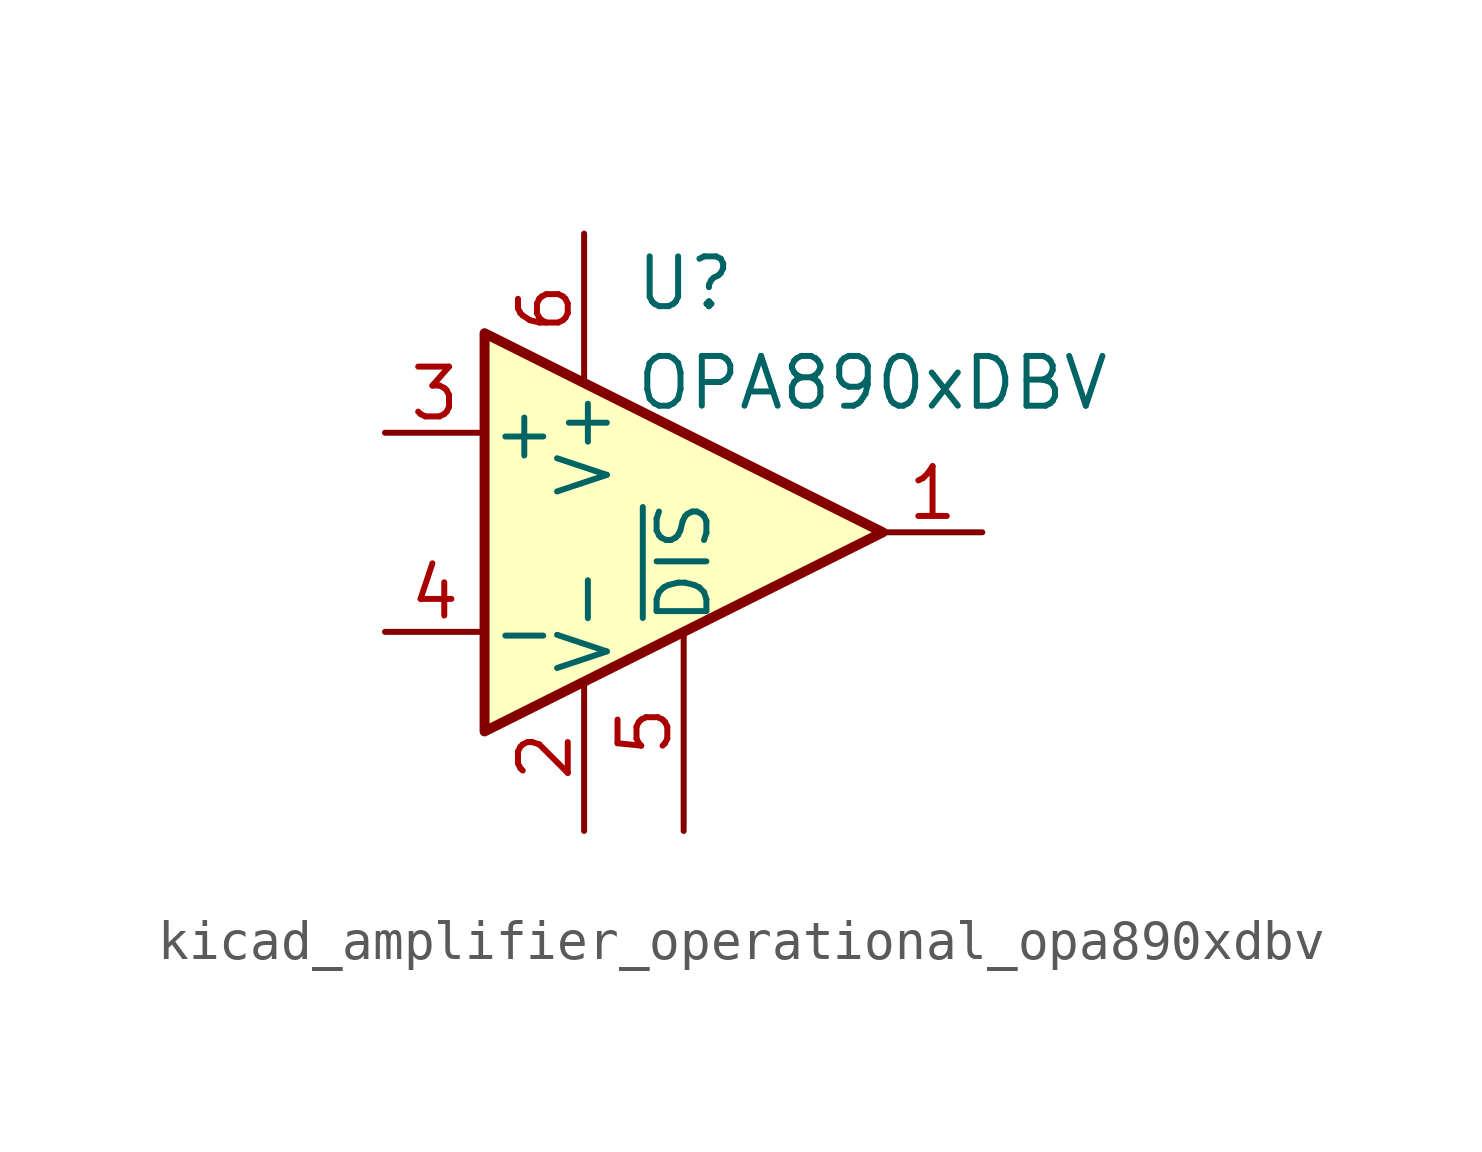
<source format=kicad_sym>
(kicad_symbol_lib
  (version 20220914)
  (generator kicad_symbol_editor)
  (symbol "kicad_amplifier_operational_opa890xdbv"
    (pin_names
      (offset 0.127))
    (property "Reference" "U"
      (at -1.27 6.35 0)
      (effects (font (size 1.27 1.27)) (justify left)))
    (property "Value" "OPA890xDBV"
      (at -1.27 3.81 0)
      (effects (font (size 1.27 1.27)) (justify left)))
    (symbol "kicad_amplifier_operational_opa890xdbv_0_1"
      (polyline (pts (xy -5.08 5.08) (xy 5.08 0) (xy -5.08 -5.08) (xy -5.08 5.08)) (stroke (width 0.254) (type default)) (fill (type background)))
      (pin power_in line (at -2.54 -7.62 90) (length 3.81) (name "V-" (effects (font (size 1.27 1.27)))) (number "2" (effects (font (size 1.27 1.27)))))
      (pin power_in line (at -2.54 7.62 270) (length 3.81) (name "V+" (effects (font (size 1.27 1.27)))) (number "6" (effects (font (size 1.27 1.27))))))
    (symbol "kicad_amplifier_operational_opa890xdbv_1_1"
      (pin output line (at 7.62 0 180) (length 2.54) (name "~" (effects (font (size 1.27 1.27)))) (number "1" (effects (font (size 1.27 1.27)))))
      (pin input line (at -7.62 2.54 0) (length 2.54) (name "+" (effects (font (size 1.27 1.27)))) (number "3" (effects (font (size 1.27 1.27)))))
      (pin input line (at -7.62 -2.54 0) (length 2.54) (name "-" (effects (font (size 1.27 1.27)))) (number "4" (effects (font (size 1.27 1.27)))))
      (pin input line (at 0 -7.62 90) (length 5.08) (name "~{DIS}" (effects (font (size 1.27 1.27)))) (number "5" (effects (font (size 1.27 1.27))))))))
</source>
